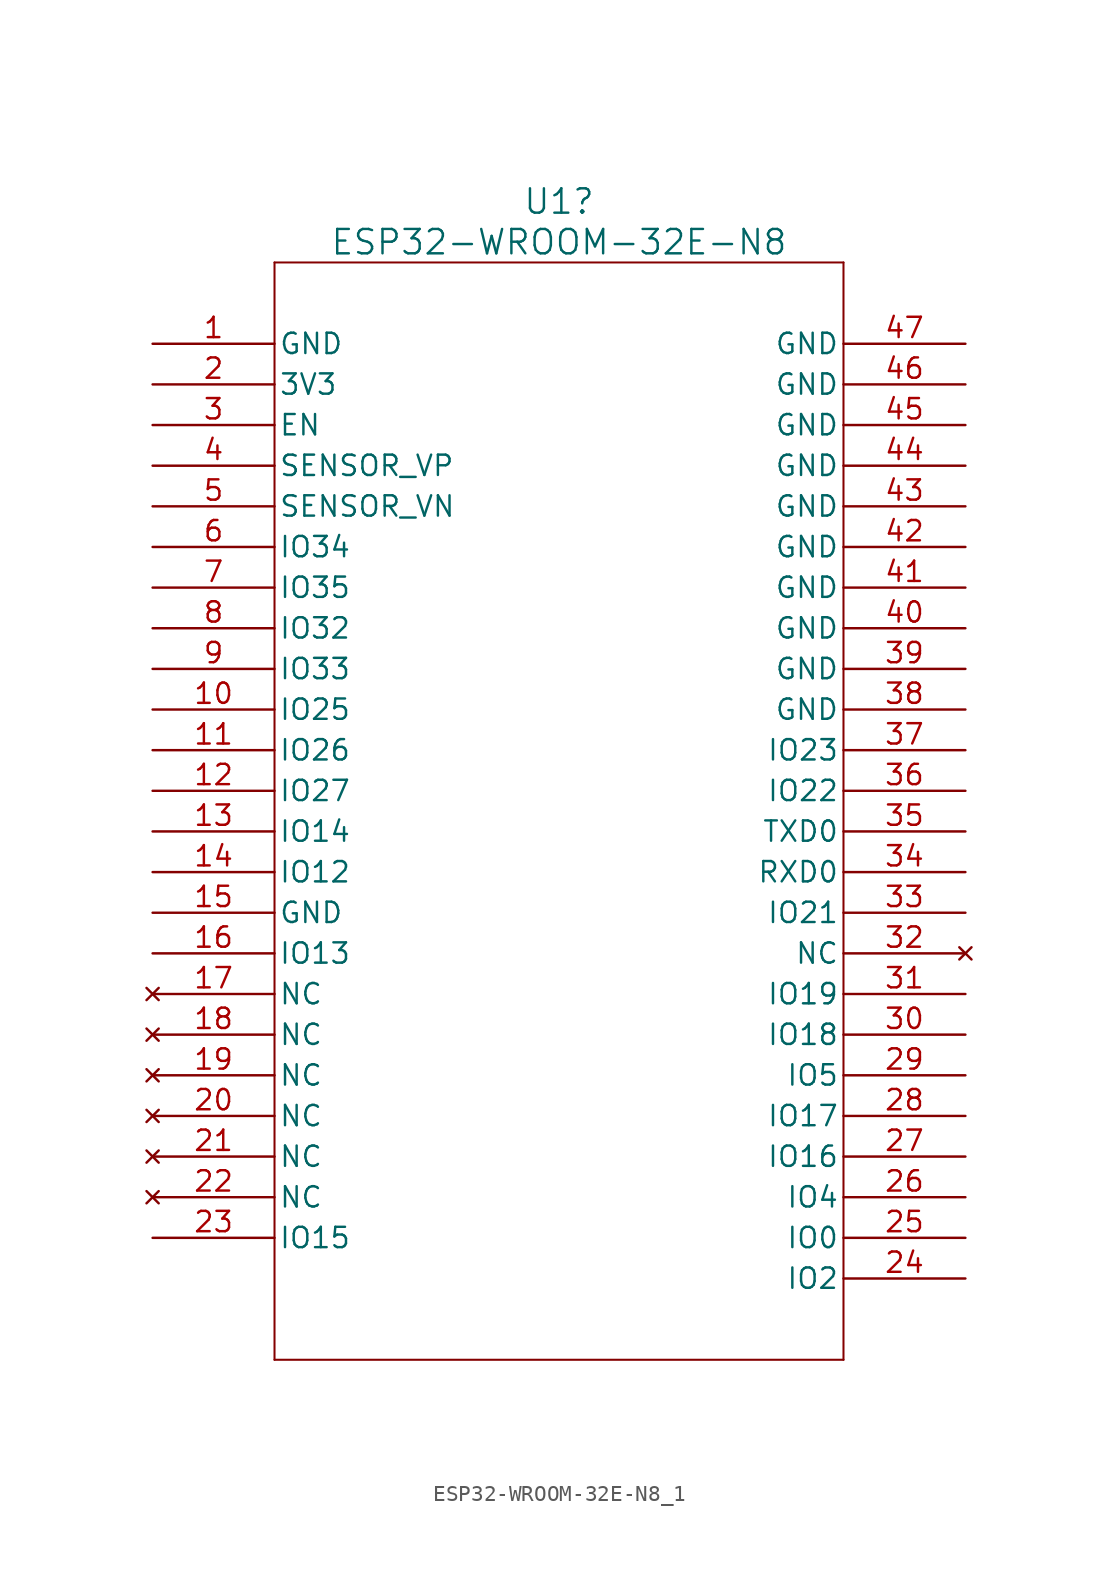
<source format=kicad_sym>
(kicad_symbol_lib
  (version 20231120)
  (generator "kicad_symbol_editor")
  (generator_version "8.0")
  (symbol "ESP32-WROOM-32E-N8_1"
    (pin_names
      (offset 0.254))
    (property "Reference" "U1"
      (at 25.4 8.89 0)
      (effects (font (size 1.524 1.524))))
    (property "Value" "ESP32-WROOM-32E-N8"
      (at 25.4 6.35 0)
      (effects (font (size 1.524 1.524))))
    (property "ki_locked" ""
      (at 0 0 0)
      (effects (font (size 1.27 1.27))))
    (symbol "ESP32-WROOM-32E-N8_1_0_1"
      (polyline (pts (xy 7.62 -63.5) (xy 43.18 -63.5)) (stroke (width 0.127) (type default)) (fill (type none)))
      (polyline (pts (xy 7.62 5.08) (xy 7.62 -63.5)) (stroke (width 0.127) (type default)) (fill (type none)))
      (polyline (pts (xy 43.18 -63.5) (xy 43.18 5.08)) (stroke (width 0.127) (type default)) (fill (type none)))
      (polyline (pts (xy 43.18 5.08) (xy 7.62 5.08)) (stroke (width 0.127) (type default)) (fill (type none)))
      (pin bidirectional line (at 0 -22.86 0) (length 7.62) (name "IO25" (effects (font (size 1.27 1.27)))) (number "10" (effects (font (size 1.27 1.27)))))
      (pin bidirectional line (at 0 -25.4 0) (length 7.62) (name "IO26" (effects (font (size 1.27 1.27)))) (number "11" (effects (font (size 1.27 1.27)))))
      (pin bidirectional line (at 0 -27.94 0) (length 7.62) (name "IO27" (effects (font (size 1.27 1.27)))) (number "12" (effects (font (size 1.27 1.27)))))
      (pin bidirectional line (at 0 -30.48 0) (length 7.62) (name "IO14" (effects (font (size 1.27 1.27)))) (number "13" (effects (font (size 1.27 1.27)))))
      (pin bidirectional line (at 0 -33.02 0) (length 7.62) (name "IO12" (effects (font (size 1.27 1.27)))) (number "14" (effects (font (size 1.27 1.27)))))
      (pin bidirectional line (at 0 -38.1 0) (length 7.62) (name "IO13" (effects (font (size 1.27 1.27)))) (number "16" (effects (font (size 1.27 1.27)))))
      (pin no_connect line (at 0 -40.64 0) (length 7.62) (name "NC" (effects (font (size 1.27 1.27)))) (number "17" (effects (font (size 1.27 1.27)))))
      (pin no_connect line (at 0 -43.18 0) (length 7.62) (name "NC" (effects (font (size 1.27 1.27)))) (number "18" (effects (font (size 1.27 1.27)))))
      (pin no_connect line (at 0 -45.72 0) (length 7.62) (name "NC" (effects (font (size 1.27 1.27)))) (number "19" (effects (font (size 1.27 1.27)))))
      (pin power_in line (at 0 -2.54 0) (length 7.62) (name "3V3" (effects (font (size 1.27 1.27)))) (number "2" (effects (font (size 1.27 1.27)))))
      (pin no_connect line (at 0 -48.26 0) (length 7.62) (name "NC" (effects (font (size 1.27 1.27)))) (number "20" (effects (font (size 1.27 1.27)))))
      (pin no_connect line (at 0 -50.8 0) (length 7.62) (name "NC" (effects (font (size 1.27 1.27)))) (number "21" (effects (font (size 1.27 1.27)))))
      (pin no_connect line (at 0 -53.34 0) (length 7.62) (name "NC" (effects (font (size 1.27 1.27)))) (number "22" (effects (font (size 1.27 1.27)))))
      (pin bidirectional line (at 0 -55.88 0) (length 7.62) (name "IO15" (effects (font (size 1.27 1.27)))) (number "23" (effects (font (size 1.27 1.27)))))
      (pin bidirectional line (at 50.8 -58.42 180) (length 7.62) (name "IO2" (effects (font (size 1.27 1.27)))) (number "24" (effects (font (size 1.27 1.27)))))
      (pin bidirectional line (at 50.8 -55.88 180) (length 7.62) (name "IO0" (effects (font (size 1.27 1.27)))) (number "25" (effects (font (size 1.27 1.27)))))
      (pin bidirectional line (at 50.8 -53.34 180) (length 7.62) (name "IO4" (effects (font (size 1.27 1.27)))) (number "26" (effects (font (size 1.27 1.27)))))
      (pin bidirectional line (at 50.8 -50.8 180) (length 7.62) (name "IO16" (effects (font (size 1.27 1.27)))) (number "27" (effects (font (size 1.27 1.27)))))
      (pin bidirectional line (at 50.8 -48.26 180) (length 7.62) (name "IO17" (effects (font (size 1.27 1.27)))) (number "28" (effects (font (size 1.27 1.27)))))
      (pin bidirectional line (at 50.8 -45.72 180) (length 7.62) (name "IO5" (effects (font (size 1.27 1.27)))) (number "29" (effects (font (size 1.27 1.27)))))
      (pin input line (at 0 -5.08 0) (length 7.62) (name "EN" (effects (font (size 1.27 1.27)))) (number "3" (effects (font (size 1.27 1.27)))))
      (pin bidirectional line (at 50.8 -43.18 180) (length 7.62) (name "IO18" (effects (font (size 1.27 1.27)))) (number "30" (effects (font (size 1.27 1.27)))))
      (pin bidirectional line (at 50.8 -40.64 180) (length 7.62) (name "IO19" (effects (font (size 1.27 1.27)))) (number "31" (effects (font (size 1.27 1.27)))))
      (pin no_connect line (at 50.8 -38.1 180) (length 7.62) (name "NC" (effects (font (size 1.27 1.27)))) (number "32" (effects (font (size 1.27 1.27)))))
      (pin bidirectional line (at 50.8 -35.56 180) (length 7.62) (name "IO21" (effects (font (size 1.27 1.27)))) (number "33" (effects (font (size 1.27 1.27)))))
      (pin bidirectional line (at 50.8 -33.02 180) (length 7.62) (name "RXD0" (effects (font (size 1.27 1.27)))) (number "34" (effects (font (size 1.27 1.27)))))
      (pin bidirectional line (at 50.8 -30.48 180) (length 7.62) (name "TXD0" (effects (font (size 1.27 1.27)))) (number "35" (effects (font (size 1.27 1.27)))))
      (pin bidirectional line (at 50.8 -27.94 180) (length 7.62) (name "IO22" (effects (font (size 1.27 1.27)))) (number "36" (effects (font (size 1.27 1.27)))))
      (pin bidirectional line (at 50.8 -25.4 180) (length 7.62) (name "IO23" (effects (font (size 1.27 1.27)))) (number "37" (effects (font (size 1.27 1.27)))))
      (pin input line (at 0 -7.62 0) (length 7.62) (name "SENSOR_VP" (effects (font (size 1.27 1.27)))) (number "4" (effects (font (size 1.27 1.27)))))
      (pin power_out line (at 50.8 0 180) (length 7.62) (name "GND" (effects (font (size 1.27 1.27)))) (number "47" (effects (font (size 1.27 1.27)))))
      (pin input line (at 0 -10.16 0) (length 7.62) (name "SENSOR_VN" (effects (font (size 1.27 1.27)))) (number "5" (effects (font (size 1.27 1.27)))))
      (pin input line (at 0 -12.7 0) (length 7.62) (name "IO34" (effects (font (size 1.27 1.27)))) (number "6" (effects (font (size 1.27 1.27)))))
      (pin input line (at 0 -15.24 0) (length 7.62) (name "IO35" (effects (font (size 1.27 1.27)))) (number "7" (effects (font (size 1.27 1.27)))))
      (pin bidirectional line (at 0 -17.78 0) (length 7.62) (name "IO32" (effects (font (size 1.27 1.27)))) (number "8" (effects (font (size 1.27 1.27)))))
      (pin bidirectional line (at 0 -20.32 0) (length 7.62) (name "IO33" (effects (font (size 1.27 1.27)))) (number "9" (effects (font (size 1.27 1.27))))))
    (symbol "ESP32-WROOM-32E-N8_1_1_1"
      (pin power_in line (at 0 0 0) (length 7.62) (name "GND" (effects (font (size 1.27 1.27)))) (number "1" (effects (font (size 1.27 1.27)))))
      (pin power_in line (at 0 -35.56 0) (length 7.62) (name "GND" (effects (font (size 1.27 1.27)))) (number "15" (effects (font (size 1.27 1.27)))))
      (pin power_in line (at 50.8 -22.86 180) (length 7.62) (name "GND" (effects (font (size 1.27 1.27)))) (number "38" (effects (font (size 1.27 1.27)))))
      (pin power_in line (at 50.8 -20.32 180) (length 7.62) (name "GND" (effects (font (size 1.27 1.27)))) (number "39" (effects (font (size 1.27 1.27)))))
      (pin power_in line (at 50.8 -17.78 180) (length 7.62) (name "GND" (effects (font (size 1.27 1.27)))) (number "40" (effects (font (size 1.27 1.27)))))
      (pin power_in line (at 50.8 -15.24 180) (length 7.62) (name "GND" (effects (font (size 1.27 1.27)))) (number "41" (effects (font (size 1.27 1.27)))))
      (pin power_in line (at 50.8 -12.7 180) (length 7.62) (name "GND" (effects (font (size 1.27 1.27)))) (number "42" (effects (font (size 1.27 1.27)))))
      (pin power_in line (at 50.8 -10.16 180) (length 7.62) (name "GND" (effects (font (size 1.27 1.27)))) (number "43" (effects (font (size 1.27 1.27)))))
      (pin power_in line (at 50.8 -7.62 180) (length 7.62) (name "GND" (effects (font (size 1.27 1.27)))) (number "44" (effects (font (size 1.27 1.27)))))
      (pin power_in line (at 50.8 -5.08 180) (length 7.62) (name "GND" (effects (font (size 1.27 1.27)))) (number "45" (effects (font (size 1.27 1.27)))))
      (pin power_in line (at 50.8 -2.54 180) (length 7.62) (name "GND" (effects (font (size 1.27 1.27)))) (number "46" (effects (font (size 1.27 1.27))))))))
</source>
